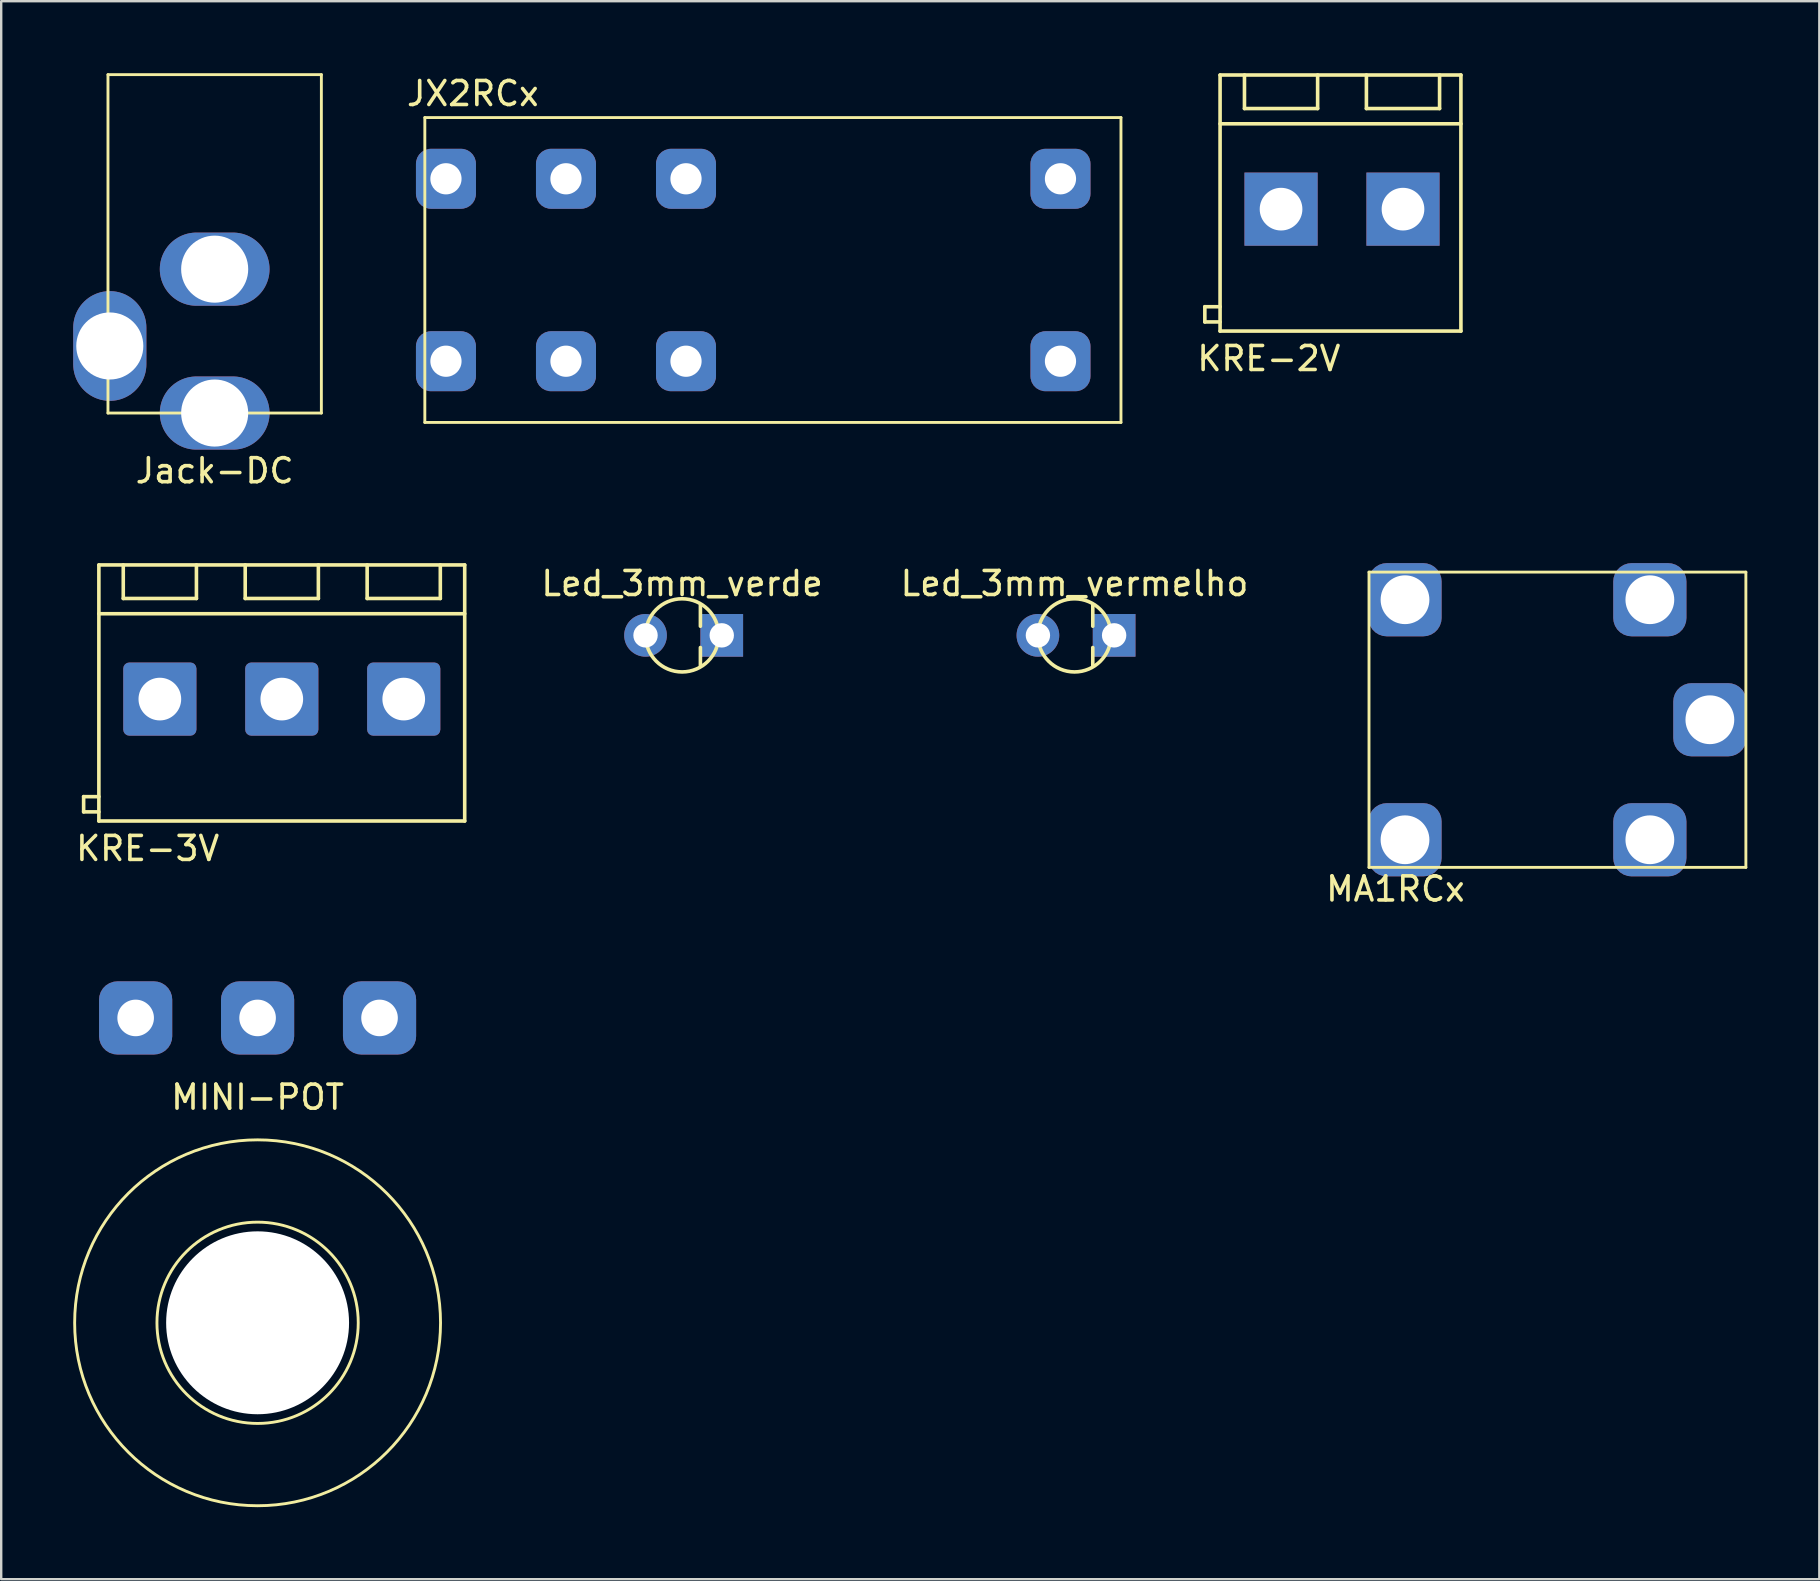
<source format=kicad_pcb>
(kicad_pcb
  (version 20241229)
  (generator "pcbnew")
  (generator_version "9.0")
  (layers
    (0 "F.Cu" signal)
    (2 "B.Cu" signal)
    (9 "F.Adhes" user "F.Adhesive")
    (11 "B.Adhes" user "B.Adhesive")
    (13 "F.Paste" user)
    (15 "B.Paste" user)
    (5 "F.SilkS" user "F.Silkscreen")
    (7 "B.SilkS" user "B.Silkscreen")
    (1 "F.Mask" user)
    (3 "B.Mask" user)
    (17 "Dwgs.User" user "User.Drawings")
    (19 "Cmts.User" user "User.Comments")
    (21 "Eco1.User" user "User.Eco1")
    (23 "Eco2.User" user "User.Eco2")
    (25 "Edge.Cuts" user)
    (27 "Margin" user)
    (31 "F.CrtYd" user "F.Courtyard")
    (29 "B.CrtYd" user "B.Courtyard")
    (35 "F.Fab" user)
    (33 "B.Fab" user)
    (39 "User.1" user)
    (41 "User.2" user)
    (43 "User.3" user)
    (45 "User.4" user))
  (footprint "Led_3mm_vermelho"
    (layer "F.Cu")
    (at 40.188 23.418)
    (property "Reference" "Led_3mm_vermelho" (at 1.524 -2.159 0) (layer "F.SilkS") (effects (font (size 1 1) (thickness 0.15))))
    (attr through_hole)
    (fp_line (start 2.286 -1.27) (end 2.286 -0.381) (stroke (width 0.15) (type solid)) (layer "F.SilkS"))
    (fp_line (start 2.286 1.27) (end 2.286 0.508) (stroke (width 0.15) (type solid)) (layer "F.SilkS"))
    (fp_circle (center 1.524 0) (end 3.048 0) (stroke (width 0.15) (type solid)) (fill no) (layer "F.SilkS"))
    (pad "1" thru_hole rect (at 3.175 0) (size 1.778 1.778) (drill 1.016) (layers "*.Cu" "*.Mask"))
    (pad "2" thru_hole circle (at 0 0) (size 1.778 1.778) (drill 1.016) (layers "*.Cu" "*.Mask")))
  (footprint "Led_3mm_verde"
    (layer "F.Cu")
    (at 23.842 23.418)
    (property "Reference" "Led_3mm_verde" (at 1.524 -2.159 0) (layer "F.SilkS") (effects (font (size 1 1) (thickness 0.15))))
    (attr through_hole)
    (fp_line (start 2.286 -1.27) (end 2.286 -0.381) (stroke (width 0.15) (type solid)) (layer "F.SilkS"))
    (fp_line (start 2.286 1.27) (end 2.286 0.508) (stroke (width 0.15) (type solid)) (layer "F.SilkS"))
    (fp_circle (center 1.524 0) (end 3.048 0) (stroke (width 0.15) (type solid)) (fill no) (layer "F.SilkS"))
    (pad "1" thru_hole rect (at 3.175 0) (size 1.778 1.778) (drill 1.016) (layers "*.Cu" "*.Mask"))
    (pad "2" thru_hole circle (at 0 0) (size 1.778 1.778) (drill 1.016) (layers "*.Cu" "*.Mask")))
  (footprint "MINI-POT"
    (layer "F.Cu")
    (at 7.681 57.136)
    (property "Reference" "MINI-POT" (at 0 -14.478 0) (layer "F.SilkS") (effects (font (size 1 1) (thickness 0.15))))
    (attr through_hole)
    (fp_circle (center 0 -5.08) (end 4.191 -4.953) (stroke (width 0.12) (type solid)) (fill no) (layer "F.SilkS"))
    (fp_circle (center 0 -5.08) (end 7.62 -5.207) (stroke (width 0.12) (type solid)) (fill no) (layer "F.SilkS"))
    (pad "" np_thru_hole circle (at 0 -5.08) (size 7.62 7.62) (drill 7.62) (layers "*.Cu" "*.Mask"))
    (pad "1" thru_hole roundrect (at 5.08 -17.78) (size 3.048 3.048) (drill 1.524) (layers "*.Cu" "*.Mask") (roundrect_rratio 0.25))
    (pad "2" thru_hole roundrect (at 0 -17.78) (size 3.048 3.048) (drill 1.524) (layers "*.Cu" "*.Mask") (roundrect_rratio 0.25))
    (pad "3" thru_hole roundrect (at -5.08 -17.78) (size 3.048 3.048) (drill 1.524) (layers "*.Cu" "*.Mask") (roundrect_rratio 0.25)))
  (footprint "KRE-3V"
    (layer "F.Cu")
    (at 3.609 26.073)
    (property "Reference" "KRE-3V" (at -0.508 6.223 0) (layer "F.SilkS") (effects (font (size 1 1) (thickness 0.15))))
    (attr through_hole)
    (fp_line (start -3.175 4.064) (end -2.54 4.064) (stroke (width 0.15) (type solid)) (layer "F.SilkS"))
    (fp_line (start -3.175 4.699) (end -3.175 4.064) (stroke (width 0.15) (type solid)) (layer "F.SilkS"))
    (fp_line (start -2.54 -5.588) (end 12.7 -5.588) (stroke (width 0.15) (type solid)) (layer "F.SilkS"))
    (fp_line (start -2.54 -3.556) (end 12.7 -3.556) (stroke (width 0.15) (type solid)) (layer "F.SilkS"))
    (fp_line (start -2.54 4.699) (end -3.175 4.699) (stroke (width 0.15) (type solid)) (layer "F.SilkS"))
    (fp_line (start -2.54 5.08) (end -2.54 -5.588) (stroke (width 0.15) (type solid)) (layer "F.SilkS"))
    (fp_line (start -2.54 5.08) (end 12.7 5.08) (stroke (width 0.15) (type solid)) (layer "F.SilkS"))
    (fp_line (start -1.524 -5.588) (end -1.524 -4.191) (stroke (width 0.15) (type solid)) (layer "F.SilkS"))
    (fp_line (start -1.524 -4.191) (end 1.524 -4.191) (stroke (width 0.15) (type solid)) (layer "F.SilkS"))
    (fp_line (start 1.524 -4.191) (end 1.524 -5.588) (stroke (width 0.15) (type solid)) (layer "F.SilkS"))
    (fp_line (start 3.556 -5.588) (end 3.556 -4.191) (stroke (width 0.15) (type solid)) (layer "F.SilkS"))
    (fp_line (start 3.556 -4.191) (end 6.604 -4.191) (stroke (width 0.15) (type solid)) (layer "F.SilkS"))
    (fp_line (start 6.604 -4.191) (end 6.604 -5.588) (stroke (width 0.15) (type solid)) (layer "F.SilkS"))
    (fp_line (start 8.636 -5.588) (end 8.636 -4.191) (stroke (width 0.15) (type solid)) (layer "F.SilkS"))
    (fp_line (start 8.636 -4.191) (end 11.684 -4.191) (stroke (width 0.15) (type solid)) (layer "F.SilkS"))
    (fp_line (start 11.684 -4.191) (end 11.684 -5.588) (stroke (width 0.15) (type solid)) (layer "F.SilkS"))
    (fp_line (start 12.7 -5.588) (end 12.7 5.08) (stroke (width 0.15) (type solid)) (layer "F.SilkS"))
    (pad "1" thru_hole roundrect (at 0 0) (size 3.048 3.048) (drill 1.778) (layers "*.Cu" "*.Mask") (roundrect_rratio 0.083))
    (pad "2" thru_hole roundrect (at 5.08 0) (size 3.048 3.048) (drill 1.778) (layers "*.Cu" "*.Mask") (roundrect_rratio 0.083))
    (pad "3" thru_hole roundrect (at 10.16 0) (size 3.048 3.048) (drill 1.778) (layers "*.Cu" "*.Mask") (roundrect_rratio 0.083)))
  (footprint "Jack-DC"
    (layer "F.Cu")
    (at 5.893 16.062)
    (property "Reference" "Jack-DC" (at 0 0.5 0) (layer "F.SilkS") (effects (font (size 1 1) (thickness 0.15))))
    (attr through_hole)
    (fp_line (start -4.445 -16.002) (end -4.445 -1.905) (stroke (width 0.12) (type solid)) (layer "F.SilkS"))
    (fp_line (start -4.445 -1.905) (end 4.445 -1.905) (stroke (width 0.12) (type solid)) (layer "F.SilkS"))
    (fp_line (start 4.445 -16.002) (end -4.445 -16.002) (stroke (width 0.12) (type solid)) (layer "F.SilkS"))
    (fp_line (start 4.445 -1.905) (end 4.445 -16.002) (stroke (width 0.12) (type solid)) (layer "F.SilkS"))
    (pad "1" thru_hole oval (at 0 -1.905) (size 4.572 3.048) (drill 2.794) (layers "*.Cu" "*.Mask"))
    (pad "2" thru_hole oval (at 0 -7.899) (size 4.572 3.048) (drill 2.794) (layers "*.Cu" "*.Mask"))
    (pad "3" thru_hole oval (at -4.369 -4.699) (size 3.048 4.572) (drill 2.794) (layers "*.Cu" "*.Mask")))
  (footprint "JX2RCx"
    (layer "F.Cu")
    (at 13.648 15.548)
    (property "Reference" "JX2RCx" (at 3 -14.7 0) (layer "F.SilkS") (effects (font (size 1 1) (thickness 0.15))))
    (attr through_hole)
    (fp_line (start 1 -13.7) (end 1 -1) (stroke (width 0.12) (type solid)) (layer "F.SilkS"))
    (fp_line (start 1 -1) (end 30 -1) (stroke (width 0.12) (type solid)) (layer "F.SilkS"))
    (fp_line (start 30 -13.7) (end 1 -13.7) (stroke (width 0.12) (type solid)) (layer "F.SilkS"))
    (fp_line (start 30 -1) (end 30 -13.7) (stroke (width 0.12) (type solid)) (layer "F.SilkS"))
    (pad "1" thru_hole roundrect (at 27.48 -11.15) (size 2.5 2.5) (drill 1.3) (layers "*.Cu" "*.Mask") (roundrect_rratio 0.25))
    (pad "4" thru_hole roundrect (at 11.88 -11.15) (size 2.5 2.5) (drill 1.3) (layers "*.Cu" "*.Mask") (roundrect_rratio 0.25))
    (pad "5" thru_hole roundrect (at 6.88 -11.15) (size 2.5 2.5) (drill 1.3) (layers "*.Cu" "*.Mask") (roundrect_rratio 0.25))
    (pad "6" thru_hole roundrect (at 1.88 -11.15) (size 2.5 2.5) (drill 1.3) (layers "*.Cu" "*.Mask") (roundrect_rratio 0.25))
    (pad "7" thru_hole roundrect (at 1.88 -3.55) (size 2.5 2.5) (drill 1.3) (layers "*.Cu" "*.Mask") (roundrect_rratio 0.25))
    (pad "8" thru_hole roundrect (at 6.88 -3.55) (size 2.5 2.5) (drill 1.3) (layers "*.Cu" "*.Mask") (roundrect_rratio 0.25))
    (pad "9" thru_hole roundrect (at 11.88 -3.55) (size 2.5 2.5) (drill 1.3) (layers "*.Cu" "*.Mask") (roundrect_rratio 0.25))
    (pad "12" thru_hole roundrect (at 27.48 -3.55) (size 2.5 2.5) (drill 1.3) (layers "*.Cu" "*.Mask") (roundrect_rratio 0.25)))
  (footprint "MA1RCx"
    (layer "F.Cu")
    (at 53.981 33.584)
    (property "Reference" "MA1RCx" (at 1.1 0.4 0) (layer "F.SilkS") (effects (font (size 1 1) (thickness 0.15))))
    (attr through_hole)
    (fp_line (start 0 -12.8) (end 15.7 -12.8) (stroke (width 0.12) (type solid)) (layer "F.SilkS"))
    (fp_line (start 0 -0.5) (end 0 -12.8) (stroke (width 0.12) (type solid)) (layer "F.SilkS"))
    (fp_line (start 15.7 -12.8) (end 15.7 -0.5) (stroke (width 0.12) (type solid)) (layer "F.SilkS"))
    (fp_line (start 15.7 -0.5) (end 0 -0.5) (stroke (width 0.12) (type solid)) (layer "F.SilkS"))
    (pad "1" thru_hole roundrect (at 11.7 -1.65) (size 3.048 3.048) (drill 2.032) (layers "*.Cu" "*.Mask") (roundrect_rratio 0.25))
    (pad "2" thru_hole roundrect (at 14.2 -6.65) (size 3.048 3.048) (drill 2.032) (layers "*.Cu" "*.Mask") (roundrect_rratio 0.25))
    (pad "3" thru_hole roundrect (at 11.7 -11.65) (size 3.048 3.048) (drill 2.032) (layers "*.Cu" "*.Mask") (roundrect_rratio 0.25))
    (pad "4" thru_hole roundrect (at 1.5 -11.65) (size 3.048 3.048) (drill 2.032) (layers "*.Cu" "*.Mask") (roundrect_rratio 0.25))
    (pad "5" thru_hole roundrect (at 1.5 -1.65) (size 3.048 3.048) (drill 2.032) (layers "*.Cu" "*.Mask") (roundrect_rratio 0.25)))
  (footprint "KRE-2V"
    (layer "F.Cu")
    (at 50.317 5.663)
    (property "Reference" "KRE-2V" (at -0.508 6.223 0) (layer "F.SilkS") (effects (font (size 1 1) (thickness 0.15))))
    (attr through_hole)
    (fp_line (start -3.175 4.064) (end -2.54 4.064) (stroke (width 0.15) (type solid)) (layer "F.SilkS"))
    (fp_line (start -3.175 4.699) (end -3.175 4.064) (stroke (width 0.15) (type solid)) (layer "F.SilkS"))
    (fp_line (start -2.54 -5.588) (end 7.493 -5.588) (stroke (width 0.15) (type solid)) (layer "F.SilkS"))
    (fp_line (start -2.54 -3.556) (end 7.493 -3.556) (stroke (width 0.15) (type solid)) (layer "F.SilkS"))
    (fp_line (start -2.54 4.699) (end -3.175 4.699) (stroke (width 0.15) (type solid)) (layer "F.SilkS"))
    (fp_line (start -2.54 5.08) (end -2.54 -5.588) (stroke (width 0.15) (type solid)) (layer "F.SilkS"))
    (fp_line (start -1.524 -5.588) (end -1.524 -4.191) (stroke (width 0.15) (type solid)) (layer "F.SilkS"))
    (fp_line (start -1.524 -4.191) (end 1.524 -4.191) (stroke (width 0.15) (type solid)) (layer "F.SilkS"))
    (fp_line (start 1.524 -4.191) (end 1.524 -5.588) (stroke (width 0.15) (type solid)) (layer "F.SilkS"))
    (fp_line (start 3.556 -5.588) (end 3.556 -4.191) (stroke (width 0.15) (type solid)) (layer "F.SilkS"))
    (fp_line (start 3.556 -4.191) (end 6.604 -4.191) (stroke (width 0.15) (type solid)) (layer "F.SilkS"))
    (fp_line (start 6.604 -4.191) (end 6.604 -5.588) (stroke (width 0.15) (type solid)) (layer "F.SilkS"))
    (fp_line (start 7.493 -5.588) (end 7.493 5.08) (stroke (width 0.15) (type solid)) (layer "F.SilkS"))
    (fp_line (start 7.493 5.08) (end -2.54 5.08) (stroke (width 0.15) (type solid)) (layer "F.SilkS"))
    (pad "1" thru_hole rect (at 0 0) (size 3.048 3.048) (drill 1.778) (layers "*.Cu" "*.Mask"))
    (pad "2" thru_hole rect (at 5.08 0) (size 3.048 3.048) (drill 1.778) (layers "*.Cu" "*.Mask")))
  (gr_rect
    (start -3 -3)
    (end 72.741 62.738)
    (stroke (width 0.1) (type default))
    (fill no)
    (layer "Edge.Cuts")))
</source>
